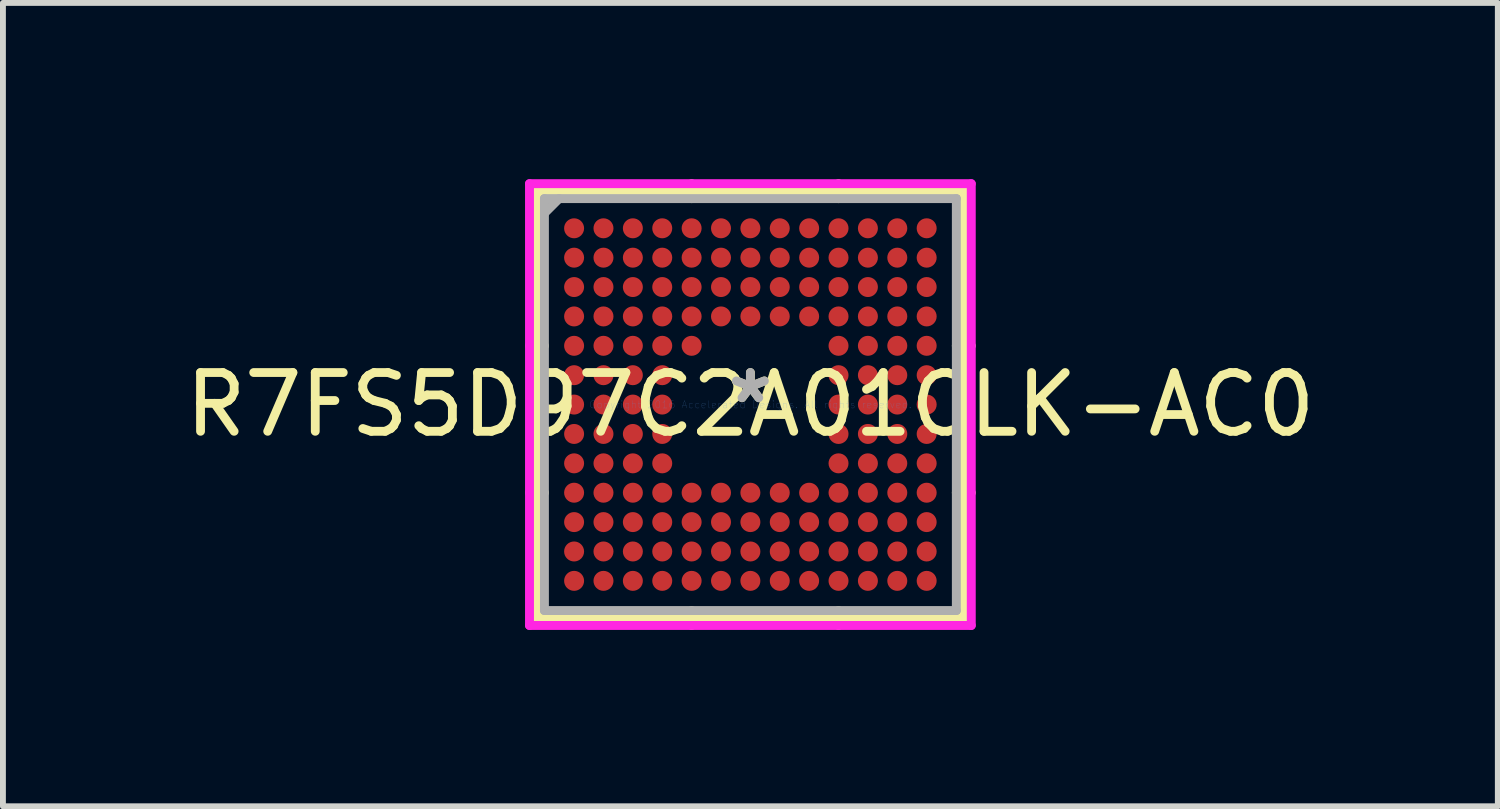
<source format=kicad_pcb>
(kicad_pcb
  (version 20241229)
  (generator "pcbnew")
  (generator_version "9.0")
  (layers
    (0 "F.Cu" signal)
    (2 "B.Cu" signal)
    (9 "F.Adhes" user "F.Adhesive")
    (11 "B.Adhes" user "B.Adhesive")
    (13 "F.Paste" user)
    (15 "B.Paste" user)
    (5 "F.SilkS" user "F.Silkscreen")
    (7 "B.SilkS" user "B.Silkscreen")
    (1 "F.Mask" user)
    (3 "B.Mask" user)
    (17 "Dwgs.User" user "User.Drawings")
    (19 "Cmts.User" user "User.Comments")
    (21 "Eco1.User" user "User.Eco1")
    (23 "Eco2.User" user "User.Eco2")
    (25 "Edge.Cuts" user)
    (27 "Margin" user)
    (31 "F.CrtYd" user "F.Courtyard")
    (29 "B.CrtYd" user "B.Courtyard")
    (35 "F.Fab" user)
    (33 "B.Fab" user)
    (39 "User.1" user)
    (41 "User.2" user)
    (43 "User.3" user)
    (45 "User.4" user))
  (footprint "R7FS5D97C2A01CLK-AC0"
    (layer "F.Cu")
    (at 9.72 3.835)
    (property "Reference" "R7FS5D97C2A01CLK-AC0" (at 0 0 0) (layer "F.SilkS") (effects (font (size 1 1) (thickness 0.15))))
    (attr through_hole)
    (fp_line (start -3.632 -3.632) (end -3.632 3.632) (stroke (width 0.152) (type solid)) (layer "F.SilkS"))
    (fp_line (start -3.632 3.632) (end 3.632 3.632) (stroke (width 0.152) (type solid)) (layer "F.SilkS"))
    (fp_line (start -3.505 -1) (end -3.759 -1) (stroke (width 0.152) (type solid)) (layer "F.SilkS"))
    (fp_line (start -3.505 1.5) (end -3.759 1.5) (stroke (width 0.152) (type solid)) (layer "F.SilkS"))
    (fp_line (start -1 -3.505) (end -1 -3.759) (stroke (width 0.152) (type solid)) (layer "F.SilkS"))
    (fp_line (start -1 3.505) (end -1 3.759) (stroke (width 0.152) (type solid)) (layer "F.SilkS"))
    (fp_line (start 1.5 -3.505) (end 1.5 -3.759) (stroke (width 0.152) (type solid)) (layer "F.SilkS"))
    (fp_line (start 1.5 3.505) (end 1.5 3.759) (stroke (width 0.152) (type solid)) (layer "F.SilkS"))
    (fp_line (start 3.505 -1) (end 3.759 -1) (stroke (width 0.152) (type solid)) (layer "F.SilkS"))
    (fp_line (start 3.505 1.5) (end 3.759 1.5) (stroke (width 0.152) (type solid)) (layer "F.SilkS"))
    (fp_line (start 3.632 -3.632) (end -3.632 -3.632) (stroke (width 0.152) (type solid)) (layer "F.SilkS"))
    (fp_line (start 3.632 3.632) (end 3.632 -3.632) (stroke (width 0.152) (type solid)) (layer "F.SilkS"))
    (fp_line (start -3.759 -3.759) (end 3.759 -3.759) (stroke (width 0.152) (type solid)) (layer "F.CrtYd"))
    (fp_line (start -3.759 3.759) (end -3.759 -3.759) (stroke (width 0.152) (type solid)) (layer "F.CrtYd"))
    (fp_line (start 3.759 -3.759) (end 3.759 3.759) (stroke (width 0.152) (type solid)) (layer "F.CrtYd"))
    (fp_line (start 3.759 3.759) (end -3.759 3.759) (stroke (width 0.152) (type solid)) (layer "F.CrtYd"))
    (fp_line (start -3.505 -3.505) (end -3.505 3.505) (stroke (width 0.152) (type solid)) (layer "F.Fab"))
    (fp_line (start -3.505 3.505) (end 3.505 3.505) (stroke (width 0.152) (type solid)) (layer "F.Fab"))
    (fp_line (start -3.255 -3.505) (end -3.505 -3.255) (stroke (width 0.152) (type solid)) (layer "F.Fab"))
    (fp_line (start 3.505 -3.505) (end -3.505 -3.505) (stroke (width 0.152) (type solid)) (layer "F.Fab"))
    (fp_line (start 3.505 3.505) (end 3.505 -3.505) (stroke (width 0.152) (type solid)) (layer "F.Fab"))
    (fp_text user "*" (at 0 0 0) (layer "F.SilkS") (effects (font (size 1 1) (thickness 0.15))))
    (fp_text user "Copyright 2016 Accelerated Designs. All rights reserved." (at 0 0 0) (layer "Cmts.User") (effects (font (size 0.127 0.127) (thickness 0.002))))
    (fp_text user "*" (at 0 0 0) (layer "F.Fab") (effects (font (size 1 1) (thickness 0.15))))
    (pad "A1" smd circle (at -3 -3) (size 0.34 0.34) (layers "F.Cu" "F.Mask" "F.Paste"))
    (pad "A2" smd circle (at -2.5 -3) (size 0.34 0.34) (layers "F.Cu" "F.Mask" "F.Paste"))
    (pad "A3" smd circle (at -2 -3) (size 0.34 0.34) (layers "F.Cu" "F.Mask" "F.Paste"))
    (pad "A4" smd circle (at -1.5 -3) (size 0.34 0.34) (layers "F.Cu" "F.Mask" "F.Paste"))
    (pad "A5" smd circle (at -1 -3) (size 0.34 0.34) (layers "F.Cu" "F.Mask" "F.Paste"))
    (pad "A6" smd circle (at -0.5 -3) (size 0.34 0.34) (layers "F.Cu" "F.Mask" "F.Paste"))
    (pad "A7" smd circle (at 0 -3) (size 0.34 0.34) (layers "F.Cu" "F.Mask" "F.Paste"))
    (pad "A8" smd circle (at 0.5 -3) (size 0.34 0.34) (layers "F.Cu" "F.Mask" "F.Paste"))
    (pad "A9" smd circle (at 1 -3) (size 0.34 0.34) (layers "F.Cu" "F.Mask" "F.Paste"))
    (pad "A10" smd circle (at 1.5 -3) (size 0.34 0.34) (layers "F.Cu" "F.Mask" "F.Paste"))
    (pad "A11" smd circle (at 2 -3) (size 0.34 0.34) (layers "F.Cu" "F.Mask" "F.Paste"))
    (pad "A12" smd circle (at 2.5 -3) (size 0.34 0.34) (layers "F.Cu" "F.Mask" "F.Paste"))
    (pad "A13" smd circle (at 3 -3) (size 0.34 0.34) (layers "F.Cu" "F.Mask" "F.Paste"))
    (pad "B1" smd circle (at -3 -2.5) (size 0.34 0.34) (layers "F.Cu" "F.Mask" "F.Paste"))
    (pad "B2" smd circle (at -2.5 -2.5) (size 0.34 0.34) (layers "F.Cu" "F.Mask" "F.Paste"))
    (pad "B3" smd circle (at -2 -2.5) (size 0.34 0.34) (layers "F.Cu" "F.Mask" "F.Paste"))
    (pad "B4" smd circle (at -1.5 -2.5) (size 0.34 0.34) (layers "F.Cu" "F.Mask" "F.Paste"))
    (pad "B5" smd circle (at -1 -2.5) (size 0.34 0.34) (layers "F.Cu" "F.Mask" "F.Paste"))
    (pad "B6" smd circle (at -0.5 -2.5) (size 0.34 0.34) (layers "F.Cu" "F.Mask" "F.Paste"))
    (pad "B7" smd circle (at 0 -2.5) (size 0.34 0.34) (layers "F.Cu" "F.Mask" "F.Paste"))
    (pad "B8" smd circle (at 0.5 -2.5) (size 0.34 0.34) (layers "F.Cu" "F.Mask" "F.Paste"))
    (pad "B9" smd circle (at 1 -2.5) (size 0.34 0.34) (layers "F.Cu" "F.Mask" "F.Paste"))
    (pad "B10" smd circle (at 1.5 -2.5) (size 0.34 0.34) (layers "F.Cu" "F.Mask" "F.Paste"))
    (pad "B11" smd circle (at 2 -2.5) (size 0.34 0.34) (layers "F.Cu" "F.Mask" "F.Paste"))
    (pad "B12" smd circle (at 2.5 -2.5) (size 0.34 0.34) (layers "F.Cu" "F.Mask" "F.Paste"))
    (pad "B13" smd circle (at 3 -2.5) (size 0.34 0.34) (layers "F.Cu" "F.Mask" "F.Paste"))
    (pad "C1" smd circle (at -3 -2) (size 0.34 0.34) (layers "F.Cu" "F.Mask" "F.Paste"))
    (pad "C2" smd circle (at -2.5 -2) (size 0.34 0.34) (layers "F.Cu" "F.Mask" "F.Paste"))
    (pad "C3" smd circle (at -2 -2) (size 0.34 0.34) (layers "F.Cu" "F.Mask" "F.Paste"))
    (pad "C4" smd circle (at -1.5 -2) (size 0.34 0.34) (layers "F.Cu" "F.Mask" "F.Paste"))
    (pad "C5" smd circle (at -1 -2) (size 0.34 0.34) (layers "F.Cu" "F.Mask" "F.Paste"))
    (pad "C6" smd circle (at -0.5 -2) (size 0.34 0.34) (layers "F.Cu" "F.Mask" "F.Paste"))
    (pad "C7" smd circle (at 0 -2) (size 0.34 0.34) (layers "F.Cu" "F.Mask" "F.Paste"))
    (pad "C8" smd circle (at 0.5 -2) (size 0.34 0.34) (layers "F.Cu" "F.Mask" "F.Paste"))
    (pad "C9" smd circle (at 1 -2) (size 0.34 0.34) (layers "F.Cu" "F.Mask" "F.Paste"))
    (pad "C10" smd circle (at 1.5 -2) (size 0.34 0.34) (layers "F.Cu" "F.Mask" "F.Paste"))
    (pad "C11" smd circle (at 2 -2) (size 0.34 0.34) (layers "F.Cu" "F.Mask" "F.Paste"))
    (pad "C12" smd circle (at 2.5 -2) (size 0.34 0.34) (layers "F.Cu" "F.Mask" "F.Paste"))
    (pad "C13" smd circle (at 3 -2) (size 0.34 0.34) (layers "F.Cu" "F.Mask" "F.Paste"))
    (pad "D1" smd circle (at -3 -1.5) (size 0.34 0.34) (layers "F.Cu" "F.Mask" "F.Paste"))
    (pad "D2" smd circle (at -2.5 -1.5) (size 0.34 0.34) (layers "F.Cu" "F.Mask" "F.Paste"))
    (pad "D3" smd circle (at -2 -1.5) (size 0.34 0.34) (layers "F.Cu" "F.Mask" "F.Paste"))
    (pad "D4" smd circle (at -1.5 -1.5) (size 0.34 0.34) (layers "F.Cu" "F.Mask" "F.Paste"))
    (pad "D5" smd circle (at -1 -1.5) (size 0.34 0.34) (layers "F.Cu" "F.Mask" "F.Paste"))
    (pad "D6" smd circle (at -0.5 -1.5) (size 0.34 0.34) (layers "F.Cu" "F.Mask" "F.Paste"))
    (pad "D7" smd circle (at 0 -1.5) (size 0.34 0.34) (layers "F.Cu" "F.Mask" "F.Paste"))
    (pad "D8" smd circle (at 0.5 -1.5) (size 0.34 0.34) (layers "F.Cu" "F.Mask" "F.Paste"))
    (pad "D9" smd circle (at 1 -1.5) (size 0.34 0.34) (layers "F.Cu" "F.Mask" "F.Paste"))
    (pad "D10" smd circle (at 1.5 -1.5) (size 0.34 0.34) (layers "F.Cu" "F.Mask" "F.Paste"))
    (pad "D11" smd circle (at 2 -1.5) (size 0.34 0.34) (layers "F.Cu" "F.Mask" "F.Paste"))
    (pad "D12" smd circle (at 2.5 -1.5) (size 0.34 0.34) (layers "F.Cu" "F.Mask" "F.Paste"))
    (pad "D13" smd circle (at 3 -1.5) (size 0.34 0.34) (layers "F.Cu" "F.Mask" "F.Paste"))
    (pad "E1" smd circle (at -3 -1) (size 0.34 0.34) (layers "F.Cu" "F.Mask" "F.Paste"))
    (pad "E2" smd circle (at -2.5 -1) (size 0.34 0.34) (layers "F.Cu" "F.Mask" "F.Paste"))
    (pad "E3" smd circle (at -2 -1) (size 0.34 0.34) (layers "F.Cu" "F.Mask" "F.Paste"))
    (pad "E4" smd circle (at -1.5 -1) (size 0.34 0.34) (layers "F.Cu" "F.Mask" "F.Paste"))
    (pad "E5" smd circle (at -1 -1) (size 0.34 0.34) (layers "F.Cu" "F.Mask" "F.Paste"))
    (pad "E10" smd circle (at 1.5 -1) (size 0.34 0.34) (layers "F.Cu" "F.Mask" "F.Paste"))
    (pad "E11" smd circle (at 2 -1) (size 0.34 0.34) (layers "F.Cu" "F.Mask" "F.Paste"))
    (pad "E12" smd circle (at 2.5 -1) (size 0.34 0.34) (layers "F.Cu" "F.Mask" "F.Paste"))
    (pad "E13" smd circle (at 3 -1) (size 0.34 0.34) (layers "F.Cu" "F.Mask" "F.Paste"))
    (pad "F1" smd circle (at -3 -0.5) (size 0.34 0.34) (layers "F.Cu" "F.Mask" "F.Paste"))
    (pad "F2" smd circle (at -2.5 -0.5) (size 0.34 0.34) (layers "F.Cu" "F.Mask" "F.Paste"))
    (pad "F3" smd circle (at -2 -0.5) (size 0.34 0.34) (layers "F.Cu" "F.Mask" "F.Paste"))
    (pad "F4" smd circle (at -1.5 -0.5) (size 0.34 0.34) (layers "F.Cu" "F.Mask" "F.Paste"))
    (pad "F10" smd circle (at 1.5 -0.5) (size 0.34 0.34) (layers "F.Cu" "F.Mask" "F.Paste"))
    (pad "F11" smd circle (at 2 -0.5) (size 0.34 0.34) (layers "F.Cu" "F.Mask" "F.Paste"))
    (pad "F12" smd circle (at 2.5 -0.5) (size 0.34 0.34) (layers "F.Cu" "F.Mask" "F.Paste"))
    (pad "F13" smd circle (at 3 -0.5) (size 0.34 0.34) (layers "F.Cu" "F.Mask" "F.Paste"))
    (pad "G1" smd circle (at -3 0) (size 0.34 0.34) (layers "F.Cu" "F.Mask" "F.Paste"))
    (pad "G2" smd circle (at -2.5 0) (size 0.34 0.34) (layers "F.Cu" "F.Mask" "F.Paste"))
    (pad "G3" smd circle (at -2 0) (size 0.34 0.34) (layers "F.Cu" "F.Mask" "F.Paste"))
    (pad "G4" smd circle (at -1.5 0) (size 0.34 0.34) (layers "F.Cu" "F.Mask" "F.Paste"))
    (pad "G10" smd circle (at 1.5 0) (size 0.34 0.34) (layers "F.Cu" "F.Mask" "F.Paste"))
    (pad "G11" smd circle (at 2 0) (size 0.34 0.34) (layers "F.Cu" "F.Mask" "F.Paste"))
    (pad "G12" smd circle (at 2.5 0) (size 0.34 0.34) (layers "F.Cu" "F.Mask" "F.Paste"))
    (pad "G13" smd circle (at 3 0) (size 0.34 0.34) (layers "F.Cu" "F.Mask" "F.Paste"))
    (pad "H1" smd circle (at -3 0.5) (size 0.34 0.34) (layers "F.Cu" "F.Mask" "F.Paste"))
    (pad "H2" smd circle (at -2.5 0.5) (size 0.34 0.34) (layers "F.Cu" "F.Mask" "F.Paste"))
    (pad "H3" smd circle (at -2 0.5) (size 0.34 0.34) (layers "F.Cu" "F.Mask" "F.Paste"))
    (pad "H4" smd circle (at -1.5 0.5) (size 0.34 0.34) (layers "F.Cu" "F.Mask" "F.Paste"))
    (pad "H10" smd circle (at 1.5 0.5) (size 0.34 0.34) (layers "F.Cu" "F.Mask" "F.Paste"))
    (pad "H11" smd circle (at 2 0.5) (size 0.34 0.34) (layers "F.Cu" "F.Mask" "F.Paste"))
    (pad "H12" smd circle (at 2.5 0.5) (size 0.34 0.34) (layers "F.Cu" "F.Mask" "F.Paste"))
    (pad "H13" smd circle (at 3 0.5) (size 0.34 0.34) (layers "F.Cu" "F.Mask" "F.Paste"))
    (pad "J1" smd circle (at -3 1) (size 0.34 0.34) (layers "F.Cu" "F.Mask" "F.Paste"))
    (pad "J2" smd circle (at -2.5 1) (size 0.34 0.34) (layers "F.Cu" "F.Mask" "F.Paste"))
    (pad "J3" smd circle (at -2 1) (size 0.34 0.34) (layers "F.Cu" "F.Mask" "F.Paste"))
    (pad "J4" smd circle (at -1.5 1) (size 0.34 0.34) (layers "F.Cu" "F.Mask" "F.Paste"))
    (pad "J10" smd circle (at 1.5 1) (size 0.34 0.34) (layers "F.Cu" "F.Mask" "F.Paste"))
    (pad "J11" smd circle (at 2 1) (size 0.34 0.34) (layers "F.Cu" "F.Mask" "F.Paste"))
    (pad "J12" smd circle (at 2.5 1) (size 0.34 0.34) (layers "F.Cu" "F.Mask" "F.Paste"))
    (pad "J13" smd circle (at 3 1) (size 0.34 0.34) (layers "F.Cu" "F.Mask" "F.Paste"))
    (pad "K1" smd circle (at -3 1.5) (size 0.34 0.34) (layers "F.Cu" "F.Mask" "F.Paste"))
    (pad "K2" smd circle (at -2.5 1.5) (size 0.34 0.34) (layers "F.Cu" "F.Mask" "F.Paste"))
    (pad "K3" smd circle (at -2 1.5) (size 0.34 0.34) (layers "F.Cu" "F.Mask" "F.Paste"))
    (pad "K4" smd circle (at -1.5 1.5) (size 0.34 0.34) (layers "F.Cu" "F.Mask" "F.Paste"))
    (pad "K5" smd circle (at -1 1.5) (size 0.34 0.34) (layers "F.Cu" "F.Mask" "F.Paste"))
    (pad "K6" smd circle (at -0.5 1.5) (size 0.34 0.34) (layers "F.Cu" "F.Mask" "F.Paste"))
    (pad "K7" smd circle (at 0 1.5) (size 0.34 0.34) (layers "F.Cu" "F.Mask" "F.Paste"))
    (pad "K8" smd circle (at 0.5 1.5) (size 0.34 0.34) (layers "F.Cu" "F.Mask" "F.Paste"))
    (pad "K9" smd circle (at 1 1.5) (size 0.34 0.34) (layers "F.Cu" "F.Mask" "F.Paste"))
    (pad "K10" smd circle (at 1.5 1.5) (size 0.34 0.34) (layers "F.Cu" "F.Mask" "F.Paste"))
    (pad "K11" smd circle (at 2 1.5) (size 0.34 0.34) (layers "F.Cu" "F.Mask" "F.Paste"))
    (pad "K12" smd circle (at 2.5 1.5) (size 0.34 0.34) (layers "F.Cu" "F.Mask" "F.Paste"))
    (pad "K13" smd circle (at 3 1.5) (size 0.34 0.34) (layers "F.Cu" "F.Mask" "F.Paste"))
    (pad "L1" smd circle (at -3 2) (size 0.34 0.34) (layers "F.Cu" "F.Mask" "F.Paste"))
    (pad "L2" smd circle (at -2.5 2) (size 0.34 0.34) (layers "F.Cu" "F.Mask" "F.Paste"))
    (pad "L3" smd circle (at -2 2) (size 0.34 0.34) (layers "F.Cu" "F.Mask" "F.Paste"))
    (pad "L4" smd circle (at -1.5 2) (size 0.34 0.34) (layers "F.Cu" "F.Mask" "F.Paste"))
    (pad "L5" smd circle (at -1 2) (size 0.34 0.34) (layers "F.Cu" "F.Mask" "F.Paste"))
    (pad "L6" smd circle (at -0.5 2) (size 0.34 0.34) (layers "F.Cu" "F.Mask" "F.Paste"))
    (pad "L7" smd circle (at 0 2) (size 0.34 0.34) (layers "F.Cu" "F.Mask" "F.Paste"))
    (pad "L8" smd circle (at 0.5 2) (size 0.34 0.34) (layers "F.Cu" "F.Mask" "F.Paste"))
    (pad "L9" smd circle (at 1 2) (size 0.34 0.34) (layers "F.Cu" "F.Mask" "F.Paste"))
    (pad "L10" smd circle (at 1.5 2) (size 0.34 0.34) (layers "F.Cu" "F.Mask" "F.Paste"))
    (pad "L11" smd circle (at 2 2) (size 0.34 0.34) (layers "F.Cu" "F.Mask" "F.Paste"))
    (pad "L12" smd circle (at 2.5 2) (size 0.34 0.34) (layers "F.Cu" "F.Mask" "F.Paste"))
    (pad "L13" smd circle (at 3 2) (size 0.34 0.34) (layers "F.Cu" "F.Mask" "F.Paste"))
    (pad "M1" smd circle (at -3 2.5) (size 0.34 0.34) (layers "F.Cu" "F.Mask" "F.Paste"))
    (pad "M2" smd circle (at -2.5 2.5) (size 0.34 0.34) (layers "F.Cu" "F.Mask" "F.Paste"))
    (pad "M3" smd circle (at -2 2.5) (size 0.34 0.34) (layers "F.Cu" "F.Mask" "F.Paste"))
    (pad "M4" smd circle (at -1.5 2.5) (size 0.34 0.34) (layers "F.Cu" "F.Mask" "F.Paste"))
    (pad "M5" smd circle (at -1 2.5) (size 0.34 0.34) (layers "F.Cu" "F.Mask" "F.Paste"))
    (pad "M6" smd circle (at -0.5 2.5) (size 0.34 0.34) (layers "F.Cu" "F.Mask" "F.Paste"))
    (pad "M7" smd circle (at 0 2.5) (size 0.34 0.34) (layers "F.Cu" "F.Mask" "F.Paste"))
    (pad "M8" smd circle (at 0.5 2.5) (size 0.34 0.34) (layers "F.Cu" "F.Mask" "F.Paste"))
    (pad "M9" smd circle (at 1 2.5) (size 0.34 0.34) (layers "F.Cu" "F.Mask" "F.Paste"))
    (pad "M10" smd circle (at 1.5 2.5) (size 0.34 0.34) (layers "F.Cu" "F.Mask" "F.Paste"))
    (pad "M11" smd circle (at 2 2.5) (size 0.34 0.34) (layers "F.Cu" "F.Mask" "F.Paste"))
    (pad "M12" smd circle (at 2.5 2.5) (size 0.34 0.34) (layers "F.Cu" "F.Mask" "F.Paste"))
    (pad "M13" smd circle (at 3 2.5) (size 0.34 0.34) (layers "F.Cu" "F.Mask" "F.Paste"))
    (pad "N1" smd circle (at -3 3) (size 0.34 0.34) (layers "F.Cu" "F.Mask" "F.Paste"))
    (pad "N2" smd circle (at -2.5 3) (size 0.34 0.34) (layers "F.Cu" "F.Mask" "F.Paste"))
    (pad "N3" smd circle (at -2 3) (size 0.34 0.34) (layers "F.Cu" "F.Mask" "F.Paste"))
    (pad "N4" smd circle (at -1.5 3) (size 0.34 0.34) (layers "F.Cu" "F.Mask" "F.Paste"))
    (pad "N5" smd circle (at -1 3) (size 0.34 0.34) (layers "F.Cu" "F.Mask" "F.Paste"))
    (pad "N6" smd circle (at -0.5 3) (size 0.34 0.34) (layers "F.Cu" "F.Mask" "F.Paste"))
    (pad "N7" smd circle (at 0 3) (size 0.34 0.34) (layers "F.Cu" "F.Mask" "F.Paste"))
    (pad "N8" smd circle (at 0.5 3) (size 0.34 0.34) (layers "F.Cu" "F.Mask" "F.Paste"))
    (pad "N9" smd circle (at 1 3) (size 0.34 0.34) (layers "F.Cu" "F.Mask" "F.Paste"))
    (pad "N10" smd circle (at 1.5 3) (size 0.34 0.34) (layers "F.Cu" "F.Mask" "F.Paste"))
    (pad "N11" smd circle (at 2 3) (size 0.34 0.34) (layers "F.Cu" "F.Mask" "F.Paste"))
    (pad "N12" smd circle (at 2.5 3) (size 0.34 0.34) (layers "F.Cu" "F.Mask" "F.Paste"))
    (pad "N13" smd circle (at 3 3) (size 0.34 0.34) (layers "F.Cu" "F.Mask" "F.Paste")))
  (gr_rect
    (start -3 -3)
    (end 22.44 10.671)
    (stroke (width 0.1) (type default))
    (fill no)
    (layer "Edge.Cuts")))
</source>
